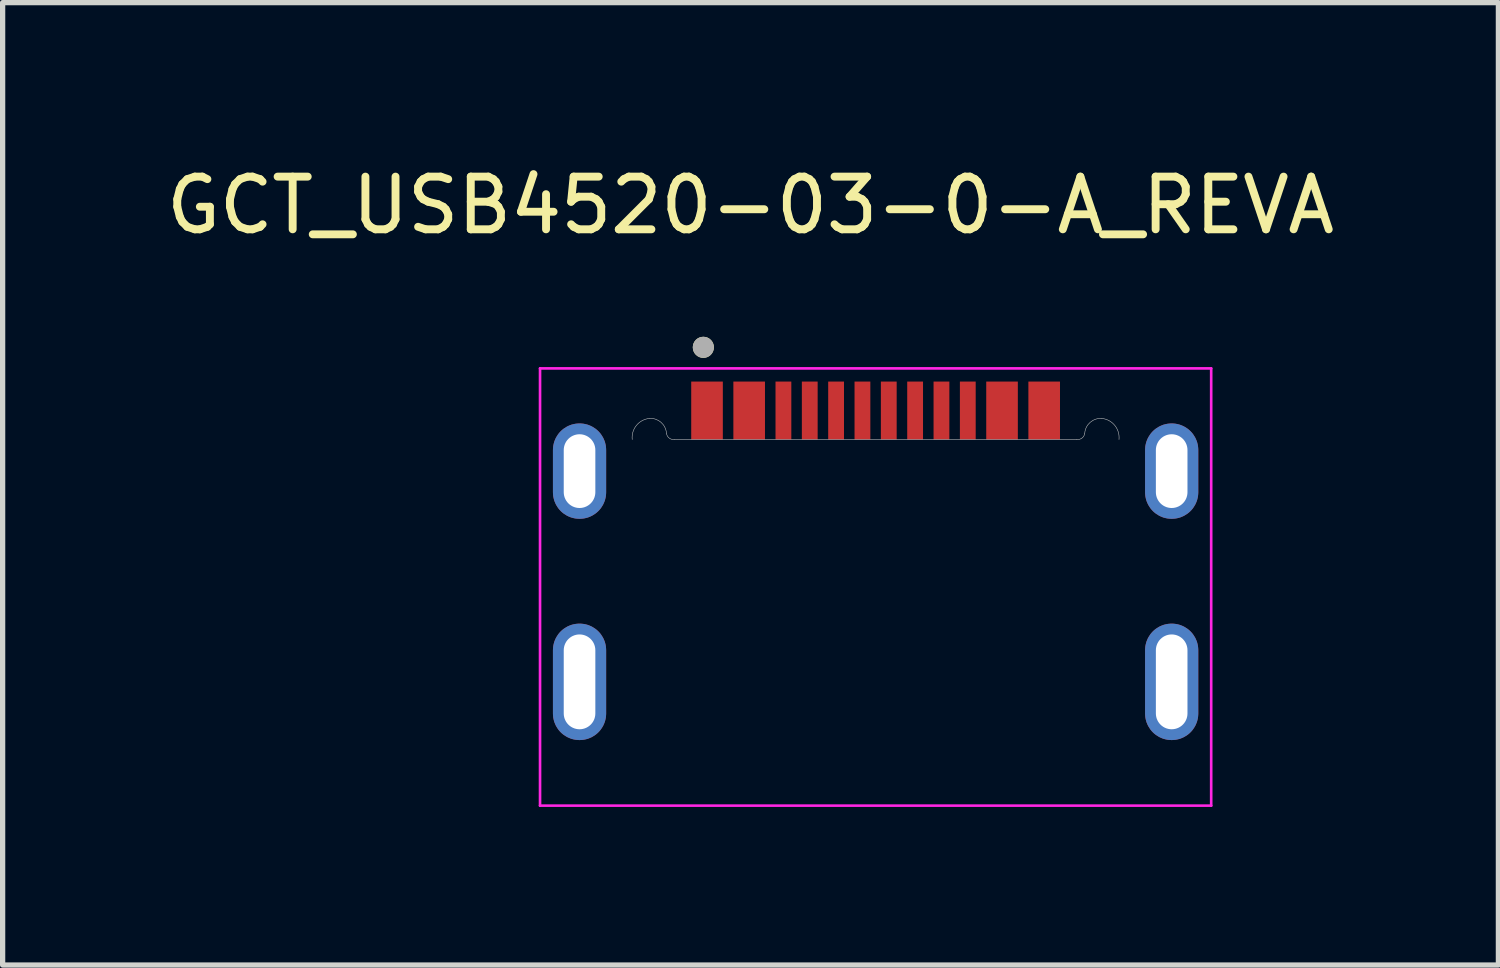
<source format=kicad_pcb>
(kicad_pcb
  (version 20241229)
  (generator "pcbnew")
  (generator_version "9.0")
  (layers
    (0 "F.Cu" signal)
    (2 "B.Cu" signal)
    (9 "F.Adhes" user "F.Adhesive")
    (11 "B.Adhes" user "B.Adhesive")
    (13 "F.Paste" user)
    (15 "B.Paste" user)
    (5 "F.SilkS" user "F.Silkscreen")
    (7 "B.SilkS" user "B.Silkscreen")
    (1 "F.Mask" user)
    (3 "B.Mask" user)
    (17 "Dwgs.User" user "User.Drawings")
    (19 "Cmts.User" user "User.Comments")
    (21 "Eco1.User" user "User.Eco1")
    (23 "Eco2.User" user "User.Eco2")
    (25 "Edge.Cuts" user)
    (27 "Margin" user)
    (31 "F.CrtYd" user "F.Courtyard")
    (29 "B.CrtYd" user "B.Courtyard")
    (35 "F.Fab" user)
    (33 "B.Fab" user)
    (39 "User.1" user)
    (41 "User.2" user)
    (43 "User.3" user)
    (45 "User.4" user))
  (footprint "GCT_USB4520-03-0-A_REVA"
    (layer "F.Cu")
    (at 13.571 9.893)
    (property "Reference" "GCT_USB4520-03-0-A_REVA" (at -2.375 -9.045 0) (layer "F.SilkS") (effects (font (size 1 1) (thickness 0.15))))
    (attr smd)
    (fp_poly (pts (xy -6.22 -3.6) (xy -6.22 -4.4) (xy -6.219 -4.431) (xy -6.217 -4.463) (xy -6.213 -4.494) (xy -6.207 -4.525) (xy -6.2 -4.555) (xy -6.191 -4.585) (xy -6.18 -4.615) (xy -6.168 -4.644) (xy -6.155 -4.672) (xy -6.14 -4.7) (xy -6.123 -4.727) (xy -6.105 -4.753) (xy -6.086 -4.778) (xy -6.066 -4.801) (xy -6.044 -4.824) (xy -6.021 -4.846) (xy -5.998 -4.866) (xy -5.973 -4.885) (xy -5.947 -4.903) (xy -5.92 -4.92) (xy -5.892 -4.935) (xy -5.864 -4.948) (xy -5.835 -4.96) (xy -5.805 -4.971) (xy -5.775 -4.98) (xy -5.745 -4.987) (xy -5.714 -4.993) (xy -5.683 -4.997) (xy -5.651 -4.999) (xy -5.62 -5) (xy -5.589 -4.999) (xy -5.557 -4.997) (xy -5.526 -4.993) (xy -5.495 -4.987) (xy -5.465 -4.98) (xy -5.435 -4.971) (xy -5.405 -4.96) (xy -5.376 -4.948) (xy -5.348 -4.935) (xy -5.32 -4.92) (xy -5.293 -4.903) (xy -5.267 -4.885) (xy -5.242 -4.866) (xy -5.219 -4.846) (xy -5.196 -4.824) (xy -5.174 -4.801) (xy -5.154 -4.778) (xy -5.135 -4.753) (xy -5.117 -4.727) (xy -5.1 -4.7) (xy -5.085 -4.672) (xy -5.072 -4.644) (xy -5.06 -4.615) (xy -5.049 -4.585) (xy -5.04 -4.555) (xy -5.033 -4.525) (xy -5.027 -4.494) (xy -5.023 -4.463) (xy -5.021 -4.431) (xy -5.02 -4.4) (xy -5.02 -3.6) (xy -5.021 -3.569) (xy -5.023 -3.537) (xy -5.027 -3.506) (xy -5.033 -3.475) (xy -5.04 -3.445) (xy -5.049 -3.415) (xy -5.06 -3.385) (xy -5.072 -3.356) (xy -5.085 -3.328) (xy -5.1 -3.3) (xy -5.117 -3.273) (xy -5.135 -3.247) (xy -5.154 -3.222) (xy -5.174 -3.199) (xy -5.196 -3.176) (xy -5.219 -3.154) (xy -5.242 -3.134) (xy -5.267 -3.115) (xy -5.293 -3.097) (xy -5.32 -3.08) (xy -5.348 -3.065) (xy -5.376 -3.052) (xy -5.405 -3.04) (xy -5.435 -3.029) (xy -5.465 -3.02) (xy -5.495 -3.013) (xy -5.526 -3.007) (xy -5.557 -3.003) (xy -5.589 -3.001) (xy -5.62 -3) (xy -5.651 -3.001) (xy -5.683 -3.003) (xy -5.714 -3.007) (xy -5.745 -3.013) (xy -5.775 -3.02) (xy -5.805 -3.029) (xy -5.835 -3.04) (xy -5.864 -3.052) (xy -5.892 -3.065) (xy -5.92 -3.08) (xy -5.947 -3.097) (xy -5.973 -3.115) (xy -5.998 -3.134) (xy -6.021 -3.154) (xy -6.044 -3.176) (xy -6.066 -3.199) (xy -6.086 -3.222) (xy -6.105 -3.247) (xy -6.123 -3.273) (xy -6.14 -3.3) (xy -6.155 -3.328) (xy -6.168 -3.356) (xy -6.18 -3.385) (xy -6.191 -3.415) (xy -6.2 -3.445) (xy -6.207 -3.475) (xy -6.213 -3.506) (xy -6.217 -3.537) (xy -6.219 -3.569) (xy -6.22 -3.6)) (stroke (width 0.01) (type solid)) (fill yes) (layer "F.Mask"))
    (fp_poly (pts (xy -6.22 0.6) (xy -6.22 -0.6) (xy -6.219 -0.631) (xy -6.217 -0.663) (xy -6.213 -0.694) (xy -6.207 -0.725) (xy -6.2 -0.755) (xy -6.191 -0.785) (xy -6.18 -0.815) (xy -6.168 -0.844) (xy -6.155 -0.872) (xy -6.14 -0.9) (xy -6.123 -0.927) (xy -6.105 -0.953) (xy -6.086 -0.978) (xy -6.066 -1.001) (xy -6.044 -1.024) (xy -6.021 -1.046) (xy -5.998 -1.066) (xy -5.973 -1.085) (xy -5.947 -1.103) (xy -5.92 -1.12) (xy -5.892 -1.135) (xy -5.864 -1.148) (xy -5.835 -1.16) (xy -5.805 -1.171) (xy -5.775 -1.18) (xy -5.745 -1.187) (xy -5.714 -1.193) (xy -5.683 -1.197) (xy -5.651 -1.199) (xy -5.62 -1.2) (xy -5.589 -1.199) (xy -5.557 -1.197) (xy -5.526 -1.193) (xy -5.495 -1.187) (xy -5.465 -1.18) (xy -5.435 -1.171) (xy -5.405 -1.16) (xy -5.376 -1.148) (xy -5.348 -1.135) (xy -5.32 -1.12) (xy -5.293 -1.103) (xy -5.267 -1.085) (xy -5.242 -1.066) (xy -5.219 -1.046) (xy -5.196 -1.024) (xy -5.174 -1.001) (xy -5.154 -0.978) (xy -5.135 -0.953) (xy -5.117 -0.927) (xy -5.1 -0.9) (xy -5.085 -0.872) (xy -5.072 -0.844) (xy -5.06 -0.815) (xy -5.049 -0.785) (xy -5.04 -0.755) (xy -5.033 -0.725) (xy -5.027 -0.694) (xy -5.023 -0.663) (xy -5.021 -0.631) (xy -5.02 -0.6) (xy -5.02 0.6) (xy -5.021 0.631) (xy -5.023 0.663) (xy -5.027 0.694) (xy -5.033 0.725) (xy -5.04 0.755) (xy -5.049 0.785) (xy -5.06 0.815) (xy -5.072 0.844) (xy -5.085 0.872) (xy -5.1 0.9) (xy -5.117 0.927) (xy -5.135 0.953) (xy -5.154 0.978) (xy -5.174 1.001) (xy -5.196 1.024) (xy -5.219 1.046) (xy -5.242 1.066) (xy -5.267 1.085) (xy -5.293 1.103) (xy -5.32 1.12) (xy -5.348 1.135) (xy -5.376 1.148) (xy -5.405 1.16) (xy -5.435 1.171) (xy -5.465 1.18) (xy -5.495 1.187) (xy -5.526 1.193) (xy -5.557 1.197) (xy -5.589 1.199) (xy -5.62 1.2) (xy -5.651 1.199) (xy -5.683 1.197) (xy -5.714 1.193) (xy -5.745 1.187) (xy -5.775 1.18) (xy -5.805 1.171) (xy -5.835 1.16) (xy -5.864 1.148) (xy -5.892 1.135) (xy -5.92 1.12) (xy -5.947 1.103) (xy -5.973 1.085) (xy -5.998 1.066) (xy -6.021 1.046) (xy -6.044 1.024) (xy -6.066 1.001) (xy -6.086 0.978) (xy -6.105 0.953) (xy -6.123 0.927) (xy -6.14 0.9) (xy -6.155 0.872) (xy -6.168 0.844) (xy -6.18 0.815) (xy -6.191 0.785) (xy -6.2 0.755) (xy -6.207 0.725) (xy -6.213 0.694) (xy -6.217 0.663) (xy -6.219 0.631) (xy -6.22 0.6)) (stroke (width 0.01) (type solid)) (fill yes) (layer "F.Mask"))
    (fp_poly (pts (xy 5.02 -3.6) (xy 5.02 -4.4) (xy 5.021 -4.431) (xy 5.023 -4.463) (xy 5.027 -4.494) (xy 5.033 -4.525) (xy 5.04 -4.555) (xy 5.049 -4.585) (xy 5.06 -4.615) (xy 5.072 -4.644) (xy 5.085 -4.672) (xy 5.1 -4.7) (xy 5.117 -4.727) (xy 5.135 -4.753) (xy 5.154 -4.778) (xy 5.174 -4.801) (xy 5.196 -4.824) (xy 5.219 -4.846) (xy 5.242 -4.866) (xy 5.267 -4.885) (xy 5.293 -4.903) (xy 5.32 -4.92) (xy 5.348 -4.935) (xy 5.376 -4.948) (xy 5.405 -4.96) (xy 5.435 -4.971) (xy 5.465 -4.98) (xy 5.495 -4.987) (xy 5.526 -4.993) (xy 5.557 -4.997) (xy 5.589 -4.999) (xy 5.62 -5) (xy 5.651 -4.999) (xy 5.683 -4.997) (xy 5.714 -4.993) (xy 5.745 -4.987) (xy 5.775 -4.98) (xy 5.805 -4.971) (xy 5.835 -4.96) (xy 5.864 -4.948) (xy 5.892 -4.935) (xy 5.92 -4.92) (xy 5.947 -4.903) (xy 5.973 -4.885) (xy 5.998 -4.866) (xy 6.021 -4.846) (xy 6.044 -4.824) (xy 6.066 -4.801) (xy 6.086 -4.778) (xy 6.105 -4.753) (xy 6.123 -4.727) (xy 6.14 -4.7) (xy 6.155 -4.672) (xy 6.168 -4.644) (xy 6.18 -4.615) (xy 6.191 -4.585) (xy 6.2 -4.555) (xy 6.207 -4.525) (xy 6.213 -4.494) (xy 6.217 -4.463) (xy 6.219 -4.431) (xy 6.22 -4.4) (xy 6.22 -3.6) (xy 6.219 -3.569) (xy 6.217 -3.537) (xy 6.213 -3.506) (xy 6.207 -3.475) (xy 6.2 -3.445) (xy 6.191 -3.415) (xy 6.18 -3.385) (xy 6.168 -3.356) (xy 6.155 -3.328) (xy 6.14 -3.3) (xy 6.123 -3.273) (xy 6.105 -3.247) (xy 6.086 -3.222) (xy 6.066 -3.199) (xy 6.044 -3.176) (xy 6.021 -3.154) (xy 5.998 -3.134) (xy 5.973 -3.115) (xy 5.947 -3.097) (xy 5.92 -3.08) (xy 5.892 -3.065) (xy 5.864 -3.052) (xy 5.835 -3.04) (xy 5.805 -3.029) (xy 5.775 -3.02) (xy 5.745 -3.013) (xy 5.714 -3.007) (xy 5.683 -3.003) (xy 5.651 -3.001) (xy 5.62 -3) (xy 5.589 -3.001) (xy 5.557 -3.003) (xy 5.526 -3.007) (xy 5.495 -3.013) (xy 5.465 -3.02) (xy 5.435 -3.029) (xy 5.405 -3.04) (xy 5.376 -3.052) (xy 5.348 -3.065) (xy 5.32 -3.08) (xy 5.293 -3.097) (xy 5.267 -3.115) (xy 5.242 -3.134) (xy 5.219 -3.154) (xy 5.196 -3.176) (xy 5.174 -3.199) (xy 5.154 -3.222) (xy 5.135 -3.247) (xy 5.117 -3.273) (xy 5.1 -3.3) (xy 5.085 -3.328) (xy 5.072 -3.356) (xy 5.06 -3.385) (xy 5.049 -3.415) (xy 5.04 -3.445) (xy 5.033 -3.475) (xy 5.027 -3.506) (xy 5.023 -3.537) (xy 5.021 -3.569) (xy 5.02 -3.6)) (stroke (width 0.01) (type solid)) (fill yes) (layer "F.Mask"))
    (fp_poly (pts (xy 5.02 0) (xy 5.02 -0.6) (xy 5.021 -0.631) (xy 5.023 -0.663) (xy 5.027 -0.694) (xy 5.033 -0.725) (xy 5.04 -0.755) (xy 5.049 -0.785) (xy 5.06 -0.815) (xy 5.072 -0.844) (xy 5.085 -0.872) (xy 5.1 -0.9) (xy 5.117 -0.927) (xy 5.135 -0.953) (xy 5.154 -0.978) (xy 5.174 -1.001) (xy 5.196 -1.024) (xy 5.219 -1.046) (xy 5.242 -1.066) (xy 5.267 -1.085) (xy 5.293 -1.103) (xy 5.32 -1.12) (xy 5.348 -1.135) (xy 5.376 -1.148) (xy 5.405 -1.16) (xy 5.435 -1.171) (xy 5.465 -1.18) (xy 5.495 -1.187) (xy 5.526 -1.193) (xy 5.557 -1.197) (xy 5.589 -1.199) (xy 5.62 -1.2) (xy 5.651 -1.199) (xy 5.683 -1.197) (xy 5.714 -1.193) (xy 5.745 -1.187) (xy 5.775 -1.18) (xy 5.805 -1.171) (xy 5.835 -1.16) (xy 5.864 -1.148) (xy 5.892 -1.135) (xy 5.92 -1.12) (xy 5.947 -1.103) (xy 5.973 -1.085) (xy 5.998 -1.066) (xy 6.021 -1.046) (xy 6.044 -1.024) (xy 6.066 -1.001) (xy 6.086 -0.978) (xy 6.105 -0.953) (xy 6.123 -0.927) (xy 6.14 -0.9) (xy 6.155 -0.872) (xy 6.168 -0.844) (xy 6.18 -0.815) (xy 6.191 -0.785) (xy 6.2 -0.755) (xy 6.207 -0.725) (xy 6.213 -0.694) (xy 6.217 -0.663) (xy 6.219 -0.631) (xy 6.22 -0.6) (xy 6.22 0) (xy 6.22 0.6) (xy 6.219 0.631) (xy 6.217 0.663) (xy 6.213 0.694) (xy 6.207 0.725) (xy 6.2 0.755) (xy 6.191 0.785) (xy 6.18 0.815) (xy 6.168 0.844) (xy 6.155 0.872) (xy 6.14 0.9) (xy 6.123 0.927) (xy 6.105 0.953) (xy 6.086 0.978) (xy 6.066 1.001) (xy 6.044 1.024) (xy 6.021 1.046) (xy 5.998 1.066) (xy 5.973 1.085) (xy 5.947 1.103) (xy 5.92 1.12) (xy 5.892 1.135) (xy 5.864 1.148) (xy 5.835 1.16) (xy 5.805 1.171) (xy 5.775 1.18) (xy 5.745 1.187) (xy 5.714 1.193) (xy 5.683 1.197) (xy 5.651 1.199) (xy 5.62 1.2) (xy 5.589 1.199) (xy 5.557 1.197) (xy 5.526 1.193) (xy 5.495 1.187) (xy 5.465 1.18) (xy 5.435 1.171) (xy 5.405 1.16) (xy 5.376 1.148) (xy 5.348 1.135) (xy 5.32 1.12) (xy 5.293 1.103) (xy 5.267 1.085) (xy 5.242 1.066) (xy 5.219 1.046) (xy 5.196 1.024) (xy 5.174 1.001) (xy 5.154 0.978) (xy 5.135 0.953) (xy 5.117 0.927) (xy 5.1 0.9) (xy 5.085 0.872) (xy 5.072 0.844) (xy 5.06 0.815) (xy 5.049 0.785) (xy 5.04 0.755) (xy 5.033 0.725) (xy 5.027 0.694) (xy 5.023 0.663) (xy 5.021 0.631) (xy 5.02 0.6) (xy 5.02 0)) (stroke (width 0.01) (type solid)) (fill yes) (layer "F.Mask"))
    (fp_poly (pts (xy -6.22 -3.6) (xy -6.22 -4.4) (xy -6.219 -4.431) (xy -6.217 -4.463) (xy -6.213 -4.494) (xy -6.207 -4.525) (xy -6.2 -4.555) (xy -6.191 -4.585) (xy -6.18 -4.615) (xy -6.168 -4.644) (xy -6.155 -4.672) (xy -6.14 -4.7) (xy -6.123 -4.727) (xy -6.105 -4.753) (xy -6.086 -4.778) (xy -6.066 -4.801) (xy -6.044 -4.824) (xy -6.021 -4.846) (xy -5.998 -4.866) (xy -5.973 -4.885) (xy -5.947 -4.903) (xy -5.92 -4.92) (xy -5.892 -4.935) (xy -5.864 -4.948) (xy -5.835 -4.96) (xy -5.805 -4.971) (xy -5.775 -4.98) (xy -5.745 -4.987) (xy -5.714 -4.993) (xy -5.683 -4.997) (xy -5.651 -4.999) (xy -5.62 -5) (xy -5.589 -4.999) (xy -5.557 -4.997) (xy -5.526 -4.993) (xy -5.495 -4.987) (xy -5.465 -4.98) (xy -5.435 -4.971) (xy -5.405 -4.96) (xy -5.376 -4.948) (xy -5.348 -4.935) (xy -5.32 -4.92) (xy -5.293 -4.903) (xy -5.267 -4.885) (xy -5.242 -4.866) (xy -5.219 -4.846) (xy -5.196 -4.824) (xy -5.174 -4.801) (xy -5.154 -4.778) (xy -5.135 -4.753) (xy -5.117 -4.727) (xy -5.1 -4.7) (xy -5.085 -4.672) (xy -5.072 -4.644) (xy -5.06 -4.615) (xy -5.049 -4.585) (xy -5.04 -4.555) (xy -5.033 -4.525) (xy -5.027 -4.494) (xy -5.023 -4.463) (xy -5.021 -4.431) (xy -5.02 -4.4) (xy -5.02 -3.6) (xy -5.021 -3.569) (xy -5.023 -3.537) (xy -5.027 -3.506) (xy -5.033 -3.475) (xy -5.04 -3.445) (xy -5.049 -3.415) (xy -5.06 -3.385) (xy -5.072 -3.356) (xy -5.085 -3.328) (xy -5.1 -3.3) (xy -5.117 -3.273) (xy -5.135 -3.247) (xy -5.154 -3.222) (xy -5.174 -3.199) (xy -5.196 -3.176) (xy -5.219 -3.154) (xy -5.242 -3.134) (xy -5.267 -3.115) (xy -5.293 -3.097) (xy -5.32 -3.08) (xy -5.348 -3.065) (xy -5.376 -3.052) (xy -5.405 -3.04) (xy -5.435 -3.029) (xy -5.465 -3.02) (xy -5.495 -3.013) (xy -5.526 -3.007) (xy -5.557 -3.003) (xy -5.589 -3.001) (xy -5.62 -3) (xy -5.651 -3.001) (xy -5.683 -3.003) (xy -5.714 -3.007) (xy -5.745 -3.013) (xy -5.775 -3.02) (xy -5.805 -3.029) (xy -5.835 -3.04) (xy -5.864 -3.052) (xy -5.892 -3.065) (xy -5.92 -3.08) (xy -5.947 -3.097) (xy -5.973 -3.115) (xy -5.998 -3.134) (xy -6.021 -3.154) (xy -6.044 -3.176) (xy -6.066 -3.199) (xy -6.086 -3.222) (xy -6.105 -3.247) (xy -6.123 -3.273) (xy -6.14 -3.3) (xy -6.155 -3.328) (xy -6.168 -3.356) (xy -6.18 -3.385) (xy -6.191 -3.415) (xy -6.2 -3.445) (xy -6.207 -3.475) (xy -6.213 -3.506) (xy -6.217 -3.537) (xy -6.219 -3.569) (xy -6.22 -3.6)) (stroke (width 0.01) (type solid)) (fill yes) (layer "B.Mask"))
    (fp_poly (pts (xy -6.22 0.6) (xy -6.22 -0.6) (xy -6.219 -0.631) (xy -6.217 -0.663) (xy -6.213 -0.694) (xy -6.207 -0.725) (xy -6.2 -0.755) (xy -6.191 -0.785) (xy -6.18 -0.815) (xy -6.168 -0.844) (xy -6.155 -0.872) (xy -6.14 -0.9) (xy -6.123 -0.927) (xy -6.105 -0.953) (xy -6.086 -0.978) (xy -6.066 -1.001) (xy -6.044 -1.024) (xy -6.021 -1.046) (xy -5.998 -1.066) (xy -5.973 -1.085) (xy -5.947 -1.103) (xy -5.92 -1.12) (xy -5.892 -1.135) (xy -5.864 -1.148) (xy -5.835 -1.16) (xy -5.805 -1.171) (xy -5.775 -1.18) (xy -5.745 -1.187) (xy -5.714 -1.193) (xy -5.683 -1.197) (xy -5.651 -1.199) (xy -5.62 -1.2) (xy -5.589 -1.199) (xy -5.557 -1.197) (xy -5.526 -1.193) (xy -5.495 -1.187) (xy -5.465 -1.18) (xy -5.435 -1.171) (xy -5.405 -1.16) (xy -5.376 -1.148) (xy -5.348 -1.135) (xy -5.32 -1.12) (xy -5.293 -1.103) (xy -5.267 -1.085) (xy -5.242 -1.066) (xy -5.219 -1.046) (xy -5.196 -1.024) (xy -5.174 -1.001) (xy -5.154 -0.978) (xy -5.135 -0.953) (xy -5.117 -0.927) (xy -5.1 -0.9) (xy -5.085 -0.872) (xy -5.072 -0.844) (xy -5.06 -0.815) (xy -5.049 -0.785) (xy -5.04 -0.755) (xy -5.033 -0.725) (xy -5.027 -0.694) (xy -5.023 -0.663) (xy -5.021 -0.631) (xy -5.02 -0.6) (xy -5.02 0.6) (xy -5.021 0.631) (xy -5.023 0.663) (xy -5.027 0.694) (xy -5.033 0.725) (xy -5.04 0.755) (xy -5.049 0.785) (xy -5.06 0.815) (xy -5.072 0.844) (xy -5.085 0.872) (xy -5.1 0.9) (xy -5.117 0.927) (xy -5.135 0.953) (xy -5.154 0.978) (xy -5.174 1.001) (xy -5.196 1.024) (xy -5.219 1.046) (xy -5.242 1.066) (xy -5.267 1.085) (xy -5.293 1.103) (xy -5.32 1.12) (xy -5.348 1.135) (xy -5.376 1.148) (xy -5.405 1.16) (xy -5.435 1.171) (xy -5.465 1.18) (xy -5.495 1.187) (xy -5.526 1.193) (xy -5.557 1.197) (xy -5.589 1.199) (xy -5.62 1.2) (xy -5.651 1.199) (xy -5.683 1.197) (xy -5.714 1.193) (xy -5.745 1.187) (xy -5.775 1.18) (xy -5.805 1.171) (xy -5.835 1.16) (xy -5.864 1.148) (xy -5.892 1.135) (xy -5.92 1.12) (xy -5.947 1.103) (xy -5.973 1.085) (xy -5.998 1.066) (xy -6.021 1.046) (xy -6.044 1.024) (xy -6.066 1.001) (xy -6.086 0.978) (xy -6.105 0.953) (xy -6.123 0.927) (xy -6.14 0.9) (xy -6.155 0.872) (xy -6.168 0.844) (xy -6.18 0.815) (xy -6.191 0.785) (xy -6.2 0.755) (xy -6.207 0.725) (xy -6.213 0.694) (xy -6.217 0.663) (xy -6.219 0.631) (xy -6.22 0.6)) (stroke (width 0.01) (type solid)) (fill yes) (layer "B.Mask"))
    (fp_poly (pts (xy 5.02 -3.6) (xy 5.02 -4.4) (xy 5.021 -4.431) (xy 5.023 -4.463) (xy 5.027 -4.494) (xy 5.033 -4.525) (xy 5.04 -4.555) (xy 5.049 -4.585) (xy 5.06 -4.615) (xy 5.072 -4.644) (xy 5.085 -4.672) (xy 5.1 -4.7) (xy 5.117 -4.727) (xy 5.135 -4.753) (xy 5.154 -4.778) (xy 5.174 -4.801) (xy 5.196 -4.824) (xy 5.219 -4.846) (xy 5.242 -4.866) (xy 5.267 -4.885) (xy 5.293 -4.903) (xy 5.32 -4.92) (xy 5.348 -4.935) (xy 5.376 -4.948) (xy 5.405 -4.96) (xy 5.435 -4.971) (xy 5.465 -4.98) (xy 5.495 -4.987) (xy 5.526 -4.993) (xy 5.557 -4.997) (xy 5.589 -4.999) (xy 5.62 -5) (xy 5.651 -4.999) (xy 5.683 -4.997) (xy 5.714 -4.993) (xy 5.745 -4.987) (xy 5.775 -4.98) (xy 5.805 -4.971) (xy 5.835 -4.96) (xy 5.864 -4.948) (xy 5.892 -4.935) (xy 5.92 -4.92) (xy 5.947 -4.903) (xy 5.973 -4.885) (xy 5.998 -4.866) (xy 6.021 -4.846) (xy 6.044 -4.824) (xy 6.066 -4.801) (xy 6.086 -4.778) (xy 6.105 -4.753) (xy 6.123 -4.727) (xy 6.14 -4.7) (xy 6.155 -4.672) (xy 6.168 -4.644) (xy 6.18 -4.615) (xy 6.191 -4.585) (xy 6.2 -4.555) (xy 6.207 -4.525) (xy 6.213 -4.494) (xy 6.217 -4.463) (xy 6.219 -4.431) (xy 6.22 -4.4) (xy 6.22 -3.6) (xy 6.219 -3.569) (xy 6.217 -3.537) (xy 6.213 -3.506) (xy 6.207 -3.475) (xy 6.2 -3.445) (xy 6.191 -3.415) (xy 6.18 -3.385) (xy 6.168 -3.356) (xy 6.155 -3.328) (xy 6.14 -3.3) (xy 6.123 -3.273) (xy 6.105 -3.247) (xy 6.086 -3.222) (xy 6.066 -3.199) (xy 6.044 -3.176) (xy 6.021 -3.154) (xy 5.998 -3.134) (xy 5.973 -3.115) (xy 5.947 -3.097) (xy 5.92 -3.08) (xy 5.892 -3.065) (xy 5.864 -3.052) (xy 5.835 -3.04) (xy 5.805 -3.029) (xy 5.775 -3.02) (xy 5.745 -3.013) (xy 5.714 -3.007) (xy 5.683 -3.003) (xy 5.651 -3.001) (xy 5.62 -3) (xy 5.589 -3.001) (xy 5.557 -3.003) (xy 5.526 -3.007) (xy 5.495 -3.013) (xy 5.465 -3.02) (xy 5.435 -3.029) (xy 5.405 -3.04) (xy 5.376 -3.052) (xy 5.348 -3.065) (xy 5.32 -3.08) (xy 5.293 -3.097) (xy 5.267 -3.115) (xy 5.242 -3.134) (xy 5.219 -3.154) (xy 5.196 -3.176) (xy 5.174 -3.199) (xy 5.154 -3.222) (xy 5.135 -3.247) (xy 5.117 -3.273) (xy 5.1 -3.3) (xy 5.085 -3.328) (xy 5.072 -3.356) (xy 5.06 -3.385) (xy 5.049 -3.415) (xy 5.04 -3.445) (xy 5.033 -3.475) (xy 5.027 -3.506) (xy 5.023 -3.537) (xy 5.021 -3.569) (xy 5.02 -3.6)) (stroke (width 0.01) (type solid)) (fill yes) (layer "B.Mask"))
    (fp_poly (pts (xy 5.02 0.6) (xy 5.02 -0.6) (xy 5.021 -0.631) (xy 5.023 -0.663) (xy 5.027 -0.694) (xy 5.033 -0.725) (xy 5.04 -0.755) (xy 5.049 -0.785) (xy 5.06 -0.815) (xy 5.072 -0.844) (xy 5.085 -0.872) (xy 5.1 -0.9) (xy 5.117 -0.927) (xy 5.135 -0.953) (xy 5.154 -0.978) (xy 5.174 -1.001) (xy 5.196 -1.024) (xy 5.219 -1.046) (xy 5.242 -1.066) (xy 5.267 -1.085) (xy 5.293 -1.103) (xy 5.32 -1.12) (xy 5.348 -1.135) (xy 5.376 -1.148) (xy 5.405 -1.16) (xy 5.435 -1.171) (xy 5.465 -1.18) (xy 5.495 -1.187) (xy 5.526 -1.193) (xy 5.557 -1.197) (xy 5.589 -1.199) (xy 5.62 -1.2) (xy 5.651 -1.199) (xy 5.683 -1.197) (xy 5.714 -1.193) (xy 5.745 -1.187) (xy 5.775 -1.18) (xy 5.805 -1.171) (xy 5.835 -1.16) (xy 5.864 -1.148) (xy 5.892 -1.135) (xy 5.92 -1.12) (xy 5.947 -1.103) (xy 5.973 -1.085) (xy 5.998 -1.066) (xy 6.021 -1.046) (xy 6.044 -1.024) (xy 6.066 -1.001) (xy 6.086 -0.978) (xy 6.105 -0.953) (xy 6.123 -0.927) (xy 6.14 -0.9) (xy 6.155 -0.872) (xy 6.168 -0.844) (xy 6.18 -0.815) (xy 6.191 -0.785) (xy 6.2 -0.755) (xy 6.207 -0.725) (xy 6.213 -0.694) (xy 6.217 -0.663) (xy 6.219 -0.631) (xy 6.22 -0.6) (xy 6.22 0.6) (xy 6.219 0.631) (xy 6.217 0.663) (xy 6.213 0.694) (xy 6.207 0.725) (xy 6.2 0.755) (xy 6.191 0.785) (xy 6.18 0.815) (xy 6.168 0.844) (xy 6.155 0.872) (xy 6.14 0.9) (xy 6.123 0.927) (xy 6.105 0.953) (xy 6.086 0.978) (xy 6.066 1.001) (xy 6.044 1.024) (xy 6.021 1.046) (xy 5.998 1.066) (xy 5.973 1.085) (xy 5.947 1.103) (xy 5.92 1.12) (xy 5.892 1.135) (xy 5.864 1.148) (xy 5.835 1.16) (xy 5.805 1.171) (xy 5.775 1.18) (xy 5.745 1.187) (xy 5.714 1.193) (xy 5.683 1.197) (xy 5.651 1.199) (xy 5.62 1.2) (xy 5.589 1.199) (xy 5.557 1.197) (xy 5.526 1.193) (xy 5.495 1.187) (xy 5.465 1.18) (xy 5.435 1.171) (xy 5.405 1.16) (xy 5.376 1.148) (xy 5.348 1.135) (xy 5.32 1.12) (xy 5.293 1.103) (xy 5.267 1.085) (xy 5.242 1.066) (xy 5.219 1.046) (xy 5.196 1.024) (xy 5.174 1.001) (xy 5.154 0.978) (xy 5.135 0.953) (xy 5.117 0.927) (xy 5.1 0.9) (xy 5.085 0.872) (xy 5.072 0.844) (xy 5.06 0.815) (xy 5.049 0.785) (xy 5.04 0.755) (xy 5.033 0.725) (xy 5.027 0.694) (xy 5.023 0.663) (xy 5.021 0.631) (xy 5.02 0.6)) (stroke (width 0.01) (type solid)) (fill yes) (layer "B.Mask"))
    (fp_circle (center -3.27 -6.35) (end -3.17 -6.35) (stroke (width 0.2) (type solid)) (fill no) (layer "F.SilkS"))
    (fp_line (start -3.82 -4.6) (end 3.82 -4.6) (stroke (width 0.01) (type solid)) (layer "Dwgs.User"))
    (fp_arc (start -4.62 -4.6) (mid -4.540343 -4.86731) (end -4.295 -5) (stroke (width 0.01) (type solid)) (layer "Dwgs.User"))
    (fp_arc (start -4.295 -5) (mid -4.07451 -4.92731) (end -3.97 -4.72) (stroke (width 0.01) (type solid)) (layer "Dwgs.User"))
    (fp_arc (start -3.82 -4.6) (mid -3.919853 -4.628934) (end -3.97 -4.72) (stroke (width 0.01) (type solid)) (layer "Dwgs.User"))
    (fp_arc (start 3.97 -4.72) (mid 3.919853 -4.628934) (end 3.82 -4.6) (stroke (width 0.01) (type solid)) (layer "Dwgs.User"))
    (fp_arc (start 3.97 -4.72) (mid 4.07451 -4.92731) (end 4.295 -5) (stroke (width 0.01) (type solid)) (layer "Dwgs.User"))
    (fp_arc (start 4.295 -5) (mid 4.540343 -4.86731) (end 4.62 -4.6) (stroke (width 0.01) (type solid)) (layer "Dwgs.User"))
    (fp_line (start -6.37 -5.95) (end 6.37 -5.95) (stroke (width 0.05) (type solid)) (layer "F.CrtYd"))
    (fp_line (start -6.37 2.35) (end -6.37 -5.95) (stroke (width 0.05) (type solid)) (layer "F.CrtYd"))
    (fp_line (start -6.37 2.35) (end 6.37 2.35) (stroke (width 0.05) (type solid)) (layer "F.CrtYd"))
    (fp_line (start 6.37 2.35) (end 6.37 -5.95) (stroke (width 0.05) (type solid)) (layer "F.CrtYd"))
    (fp_circle (center -3.27 -6.35) (end -3.17 -6.35) (stroke (width 0.2) (type solid)) (fill no) (layer "F.Fab"))
    (pad "A1_B12" smd rect (at -3.2 -5.15) (size 0.6 1.1) (layers "F.Cu" "F.Mask" "F.Paste"))
    (pad "A4_B9" smd rect (at -2.4 -5.15) (size 0.6 1.1) (layers "F.Cu" "F.Mask" "F.Paste"))
    (pad "A5" smd rect (at -1.25 -5.15) (size 0.3 1.1) (layers "F.Cu" "F.Mask" "F.Paste"))
    (pad "A6" smd rect (at -0.25 -5.15) (size 0.3 1.1) (layers "F.Cu" "F.Mask" "F.Paste"))
    (pad "A7" smd rect (at 0.25 -5.15) (size 0.3 1.1) (layers "F.Cu" "F.Mask" "F.Paste"))
    (pad "A8" smd rect (at 1.25 -5.15) (size 0.3 1.1) (layers "F.Cu" "F.Mask" "F.Paste"))
    (pad "B1_A12" smd rect (at 3.2 -5.15) (size 0.6 1.1) (layers "F.Cu" "F.Mask" "F.Paste"))
    (pad "B4_A9" smd rect (at 2.4 -5.15) (size 0.6 1.1) (layers "F.Cu" "F.Mask" "F.Paste"))
    (pad "B5" smd rect (at 1.75 -5.15) (size 0.3 1.1) (layers "F.Cu" "F.Mask" "F.Paste"))
    (pad "B6" smd rect (at 0.75 -5.15) (size 0.3 1.1) (layers "F.Cu" "F.Mask" "F.Paste"))
    (pad "B7" smd rect (at -0.75 -5.15) (size 0.3 1.1) (layers "F.Cu" "F.Mask" "F.Paste"))
    (pad "B8" smd rect (at -1.75 -5.15) (size 0.3 1.1) (layers "F.Cu" "F.Mask" "F.Paste"))
    (pad "S1" thru_hole custom (at -5.62 0) (size 0.95 1.9) (drill oval 0.6 1.8) (layers "*.Cu") (options (anchor circle)) (primitives (gr_poly (pts (xy -0.5 0.6) (xy -0.5 -0.6) (xy -0.499 -0.626) (xy -0.497 -0.652) (xy -0.494 -0.678) (xy -0.489 -0.704) (xy -0.483 -0.729) (xy -0.476 -0.755) (xy -0.467 -0.779) (xy -0.457 -0.803) (xy -0.446 -0.827) (xy -0.433 -0.85) (xy -0.419 -0.872) (xy -0.405 -0.894) (xy -0.389 -0.915) (xy -0.372 -0.935) (xy -0.354 -0.954) (xy -0.335 -0.972) (xy -0.315 -0.989) (xy -0.294 -1.005) (xy -0.272 -1.019) (xy -0.25 -1.033) (xy -0.227 -1.046) (xy -0.203 -1.057) (xy -0.179 -1.067) (xy -0.155 -1.076) (xy -0.129 -1.083) (xy -0.104 -1.089) (xy -0.078 -1.094) (xy -0.052 -1.097) (xy -0.026 -1.099) (xy 0 -1.1) (xy 0.026 -1.099) (xy 0.052 -1.097) (xy 0.078 -1.094) (xy 0.104 -1.089) (xy 0.129 -1.083) (xy 0.155 -1.076) (xy 0.179 -1.067) (xy 0.203 -1.057) (xy 0.227 -1.046) (xy 0.25 -1.033) (xy 0.272 -1.019) (xy 0.294 -1.005) (xy 0.315 -0.989) (xy 0.335 -0.972) (xy 0.354 -0.954) (xy 0.372 -0.935) (xy 0.389 -0.915) (xy 0.405 -0.894) (xy 0.419 -0.872) (xy 0.433 -0.85) (xy 0.446 -0.827) (xy 0.457 -0.803) (xy 0.467 -0.779) (xy 0.476 -0.755) (xy 0.483 -0.729) (xy 0.489 -0.704) (xy 0.494 -0.678) (xy 0.497 -0.652) (xy 0.499 -0.626) (xy 0.5 -0.6) (xy 0.5 0.6) (xy 0.499 0.626) (xy 0.497 0.652) (xy 0.494 0.678) (xy 0.489 0.704) (xy 0.483 0.729) (xy 0.476 0.755) (xy 0.467 0.779) (xy 0.457 0.803) (xy 0.446 0.827) (xy 0.433 0.85) (xy 0.419 0.872) (xy 0.405 0.894) (xy 0.389 0.915) (xy 0.372 0.935) (xy 0.354 0.954) (xy 0.335 0.972) (xy 0.315 0.989) (xy 0.294 1.005) (xy 0.272 1.019) (xy 0.25 1.033) (xy 0.227 1.046) (xy 0.203 1.057) (xy 0.179 1.067) (xy 0.155 1.076) (xy 0.129 1.083) (xy 0.104 1.089) (xy 0.078 1.094) (xy 0.052 1.097) (xy 0.026 1.099) (xy 0 1.1) (xy -0.026 1.099) (xy -0.052 1.097) (xy -0.078 1.094) (xy -0.104 1.089) (xy -0.129 1.083) (xy -0.155 1.076) (xy -0.179 1.067) (xy -0.203 1.057) (xy -0.227 1.046) (xy -0.25 1.033) (xy -0.272 1.019) (xy -0.294 1.005) (xy -0.315 0.989) (xy -0.335 0.972) (xy -0.354 0.954) (xy -0.372 0.935) (xy -0.389 0.915) (xy -0.405 0.894) (xy -0.419 0.872) (xy -0.433 0.85) (xy -0.446 0.827) (xy -0.457 0.803) (xy -0.467 0.779) (xy -0.476 0.755) (xy -0.483 0.729) (xy -0.489 0.704) (xy -0.494 0.678) (xy -0.497 0.652) (xy -0.499 0.626) (xy -0.5 0.6)) (width 0.01) (fill yes))))
    (pad "S2" thru_hole custom (at 5.62 -4) (size 0.8 1.6) (drill oval 0.6 1.4) (layers "*.Cu") (options (anchor circle)) (primitives (gr_poly (pts (xy -0.5 0.4) (xy -0.5 -0.4) (xy -0.499 -0.426) (xy -0.497 -0.452) (xy -0.494 -0.478) (xy -0.489 -0.504) (xy -0.483 -0.529) (xy -0.476 -0.555) (xy -0.467 -0.579) (xy -0.457 -0.603) (xy -0.446 -0.627) (xy -0.433 -0.65) (xy -0.419 -0.672) (xy -0.405 -0.694) (xy -0.389 -0.715) (xy -0.372 -0.735) (xy -0.354 -0.754) (xy -0.335 -0.772) (xy -0.315 -0.789) (xy -0.294 -0.805) (xy -0.272 -0.819) (xy -0.25 -0.833) (xy -0.227 -0.846) (xy -0.203 -0.857) (xy -0.179 -0.867) (xy -0.155 -0.876) (xy -0.129 -0.883) (xy -0.104 -0.889) (xy -0.078 -0.894) (xy -0.052 -0.897) (xy -0.026 -0.899) (xy 0 -0.9) (xy 0.026 -0.899) (xy 0.052 -0.897) (xy 0.078 -0.894) (xy 0.104 -0.889) (xy 0.129 -0.883) (xy 0.155 -0.876) (xy 0.179 -0.867) (xy 0.203 -0.857) (xy 0.227 -0.846) (xy 0.25 -0.833) (xy 0.272 -0.819) (xy 0.294 -0.805) (xy 0.315 -0.789) (xy 0.335 -0.772) (xy 0.354 -0.754) (xy 0.372 -0.735) (xy 0.389 -0.715) (xy 0.405 -0.694) (xy 0.419 -0.672) (xy 0.433 -0.65) (xy 0.446 -0.627) (xy 0.457 -0.603) (xy 0.467 -0.579) (xy 0.476 -0.555) (xy 0.483 -0.529) (xy 0.489 -0.504) (xy 0.494 -0.478) (xy 0.497 -0.452) (xy 0.499 -0.426) (xy 0.5 -0.4) (xy 0.5 0.4) (xy 0.499 0.426) (xy 0.497 0.452) (xy 0.494 0.478) (xy 0.489 0.504) (xy 0.483 0.529) (xy 0.476 0.555) (xy 0.467 0.579) (xy 0.457 0.603) (xy 0.446 0.627) (xy 0.433 0.65) (xy 0.419 0.672) (xy 0.405 0.694) (xy 0.389 0.715) (xy 0.372 0.735) (xy 0.354 0.754) (xy 0.335 0.772) (xy 0.315 0.789) (xy 0.294 0.805) (xy 0.272 0.819) (xy 0.25 0.833) (xy 0.227 0.846) (xy 0.203 0.857) (xy 0.179 0.867) (xy 0.155 0.876) (xy 0.129 0.883) (xy 0.104 0.889) (xy 0.078 0.894) (xy 0.052 0.897) (xy 0.026 0.899) (xy 0 0.9) (xy -0.026 0.899) (xy -0.052 0.897) (xy -0.078 0.894) (xy -0.104 0.889) (xy -0.129 0.883) (xy -0.155 0.876) (xy -0.179 0.867) (xy -0.203 0.857) (xy -0.227 0.846) (xy -0.25 0.833) (xy -0.272 0.819) (xy -0.294 0.805) (xy -0.315 0.789) (xy -0.335 0.772) (xy -0.354 0.754) (xy -0.372 0.735) (xy -0.389 0.715) (xy -0.405 0.694) (xy -0.419 0.672) (xy -0.433 0.65) (xy -0.446 0.627) (xy -0.457 0.603) (xy -0.467 0.579) (xy -0.476 0.555) (xy -0.483 0.529) (xy -0.489 0.504) (xy -0.494 0.478) (xy -0.497 0.452) (xy -0.499 0.426) (xy -0.5 0.4)) (width 0.01) (fill yes))))
    (pad "S3" thru_hole custom (at -5.62 -4) (size 0.8 1.6) (drill oval 0.6 1.4) (layers "*.Cu") (options (anchor circle)) (primitives (gr_poly (pts (xy -0.5 0.4) (xy -0.5 -0.4) (xy -0.499 -0.426) (xy -0.497 -0.452) (xy -0.494 -0.478) (xy -0.489 -0.504) (xy -0.483 -0.529) (xy -0.476 -0.555) (xy -0.467 -0.579) (xy -0.457 -0.603) (xy -0.446 -0.627) (xy -0.433 -0.65) (xy -0.419 -0.672) (xy -0.405 -0.694) (xy -0.389 -0.715) (xy -0.372 -0.735) (xy -0.354 -0.754) (xy -0.335 -0.772) (xy -0.315 -0.789) (xy -0.294 -0.805) (xy -0.272 -0.819) (xy -0.25 -0.833) (xy -0.227 -0.846) (xy -0.203 -0.857) (xy -0.179 -0.867) (xy -0.155 -0.876) (xy -0.129 -0.883) (xy -0.104 -0.889) (xy -0.078 -0.894) (xy -0.052 -0.897) (xy -0.026 -0.899) (xy 0 -0.9) (xy 0.026 -0.899) (xy 0.052 -0.897) (xy 0.078 -0.894) (xy 0.104 -0.889) (xy 0.129 -0.883) (xy 0.155 -0.876) (xy 0.179 -0.867) (xy 0.203 -0.857) (xy 0.227 -0.846) (xy 0.25 -0.833) (xy 0.272 -0.819) (xy 0.294 -0.805) (xy 0.315 -0.789) (xy 0.335 -0.772) (xy 0.354 -0.754) (xy 0.372 -0.735) (xy 0.389 -0.715) (xy 0.405 -0.694) (xy 0.419 -0.672) (xy 0.433 -0.65) (xy 0.446 -0.627) (xy 0.457 -0.603) (xy 0.467 -0.579) (xy 0.476 -0.555) (xy 0.483 -0.529) (xy 0.489 -0.504) (xy 0.494 -0.478) (xy 0.497 -0.452) (xy 0.499 -0.426) (xy 0.5 -0.4) (xy 0.5 0.4) (xy 0.499 0.426) (xy 0.497 0.452) (xy 0.494 0.478) (xy 0.489 0.504) (xy 0.483 0.529) (xy 0.476 0.555) (xy 0.467 0.579) (xy 0.457 0.603) (xy 0.446 0.627) (xy 0.433 0.65) (xy 0.419 0.672) (xy 0.405 0.694) (xy 0.389 0.715) (xy 0.372 0.735) (xy 0.354 0.754) (xy 0.335 0.772) (xy 0.315 0.789) (xy 0.294 0.805) (xy 0.272 0.819) (xy 0.25 0.833) (xy 0.227 0.846) (xy 0.203 0.857) (xy 0.179 0.867) (xy 0.155 0.876) (xy 0.129 0.883) (xy 0.104 0.889) (xy 0.078 0.894) (xy 0.052 0.897) (xy 0.026 0.899) (xy 0 0.9) (xy -0.026 0.899) (xy -0.052 0.897) (xy -0.078 0.894) (xy -0.104 0.889) (xy -0.129 0.883) (xy -0.155 0.876) (xy -0.179 0.867) (xy -0.203 0.857) (xy -0.227 0.846) (xy -0.25 0.833) (xy -0.272 0.819) (xy -0.294 0.805) (xy -0.315 0.789) (xy -0.335 0.772) (xy -0.354 0.754) (xy -0.372 0.735) (xy -0.389 0.715) (xy -0.405 0.694) (xy -0.419 0.672) (xy -0.433 0.65) (xy -0.446 0.627) (xy -0.457 0.603) (xy -0.467 0.579) (xy -0.476 0.555) (xy -0.483 0.529) (xy -0.489 0.504) (xy -0.494 0.478) (xy -0.497 0.452) (xy -0.499 0.426) (xy -0.5 0.4)) (width 0.01) (fill yes))))
    (pad "S4" thru_hole custom (at 5.62 0) (size 0.95 1.9) (drill oval 0.6 1.8) (layers "*.Cu") (options (anchor circle)) (primitives (gr_poly (pts (xy -0.5 0.6) (xy -0.5 -0.6) (xy -0.499 -0.626) (xy -0.497 -0.652) (xy -0.494 -0.678) (xy -0.489 -0.704) (xy -0.483 -0.729) (xy -0.476 -0.755) (xy -0.467 -0.779) (xy -0.457 -0.803) (xy -0.446 -0.827) (xy -0.433 -0.85) (xy -0.419 -0.872) (xy -0.405 -0.894) (xy -0.389 -0.915) (xy -0.372 -0.935) (xy -0.354 -0.954) (xy -0.335 -0.972) (xy -0.315 -0.989) (xy -0.294 -1.005) (xy -0.272 -1.019) (xy -0.25 -1.033) (xy -0.227 -1.046) (xy -0.203 -1.057) (xy -0.179 -1.067) (xy -0.155 -1.076) (xy -0.129 -1.083) (xy -0.104 -1.089) (xy -0.078 -1.094) (xy -0.052 -1.097) (xy -0.026 -1.099) (xy 0 -1.1) (xy 0.026 -1.099) (xy 0.052 -1.097) (xy 0.078 -1.094) (xy 0.104 -1.089) (xy 0.129 -1.083) (xy 0.155 -1.076) (xy 0.179 -1.067) (xy 0.203 -1.057) (xy 0.227 -1.046) (xy 0.25 -1.033) (xy 0.272 -1.019) (xy 0.294 -1.005) (xy 0.315 -0.989) (xy 0.335 -0.972) (xy 0.354 -0.954) (xy 0.372 -0.935) (xy 0.389 -0.915) (xy 0.405 -0.894) (xy 0.419 -0.872) (xy 0.433 -0.85) (xy 0.446 -0.827) (xy 0.457 -0.803) (xy 0.467 -0.779) (xy 0.476 -0.755) (xy 0.483 -0.729) (xy 0.489 -0.704) (xy 0.494 -0.678) (xy 0.497 -0.652) (xy 0.499 -0.626) (xy 0.5 -0.6) (xy 0.5 0.6) (xy 0.499 0.626) (xy 0.497 0.652) (xy 0.494 0.678) (xy 0.489 0.704) (xy 0.483 0.729) (xy 0.476 0.755) (xy 0.467 0.779) (xy 0.457 0.803) (xy 0.446 0.827) (xy 0.433 0.85) (xy 0.419 0.872) (xy 0.405 0.894) (xy 0.389 0.915) (xy 0.372 0.935) (xy 0.354 0.954) (xy 0.335 0.972) (xy 0.315 0.989) (xy 0.294 1.005) (xy 0.272 1.019) (xy 0.25 1.033) (xy 0.227 1.046) (xy 0.203 1.057) (xy 0.179 1.067) (xy 0.155 1.076) (xy 0.129 1.083) (xy 0.104 1.089) (xy 0.078 1.094) (xy 0.052 1.097) (xy 0.026 1.099) (xy 0 1.1) (xy -0.026 1.099) (xy -0.052 1.097) (xy -0.078 1.094) (xy -0.104 1.089) (xy -0.129 1.083) (xy -0.155 1.076) (xy -0.179 1.067) (xy -0.203 1.057) (xy -0.227 1.046) (xy -0.25 1.033) (xy -0.272 1.019) (xy -0.294 1.005) (xy -0.315 0.989) (xy -0.335 0.972) (xy -0.354 0.954) (xy -0.372 0.935) (xy -0.389 0.915) (xy -0.405 0.894) (xy -0.419 0.872) (xy -0.433 0.85) (xy -0.446 0.827) (xy -0.457 0.803) (xy -0.467 0.779) (xy -0.476 0.755) (xy -0.483 0.729) (xy -0.489 0.704) (xy -0.494 0.678) (xy -0.497 0.652) (xy -0.499 0.626) (xy -0.5 0.6)) (width 0.01) (fill yes)))))
  (gr_rect
    (start -3 -3)
    (end 25.393 15.268)
    (stroke (width 0.1) (type default))
    (fill no)
    (layer "Edge.Cuts")))
</source>
